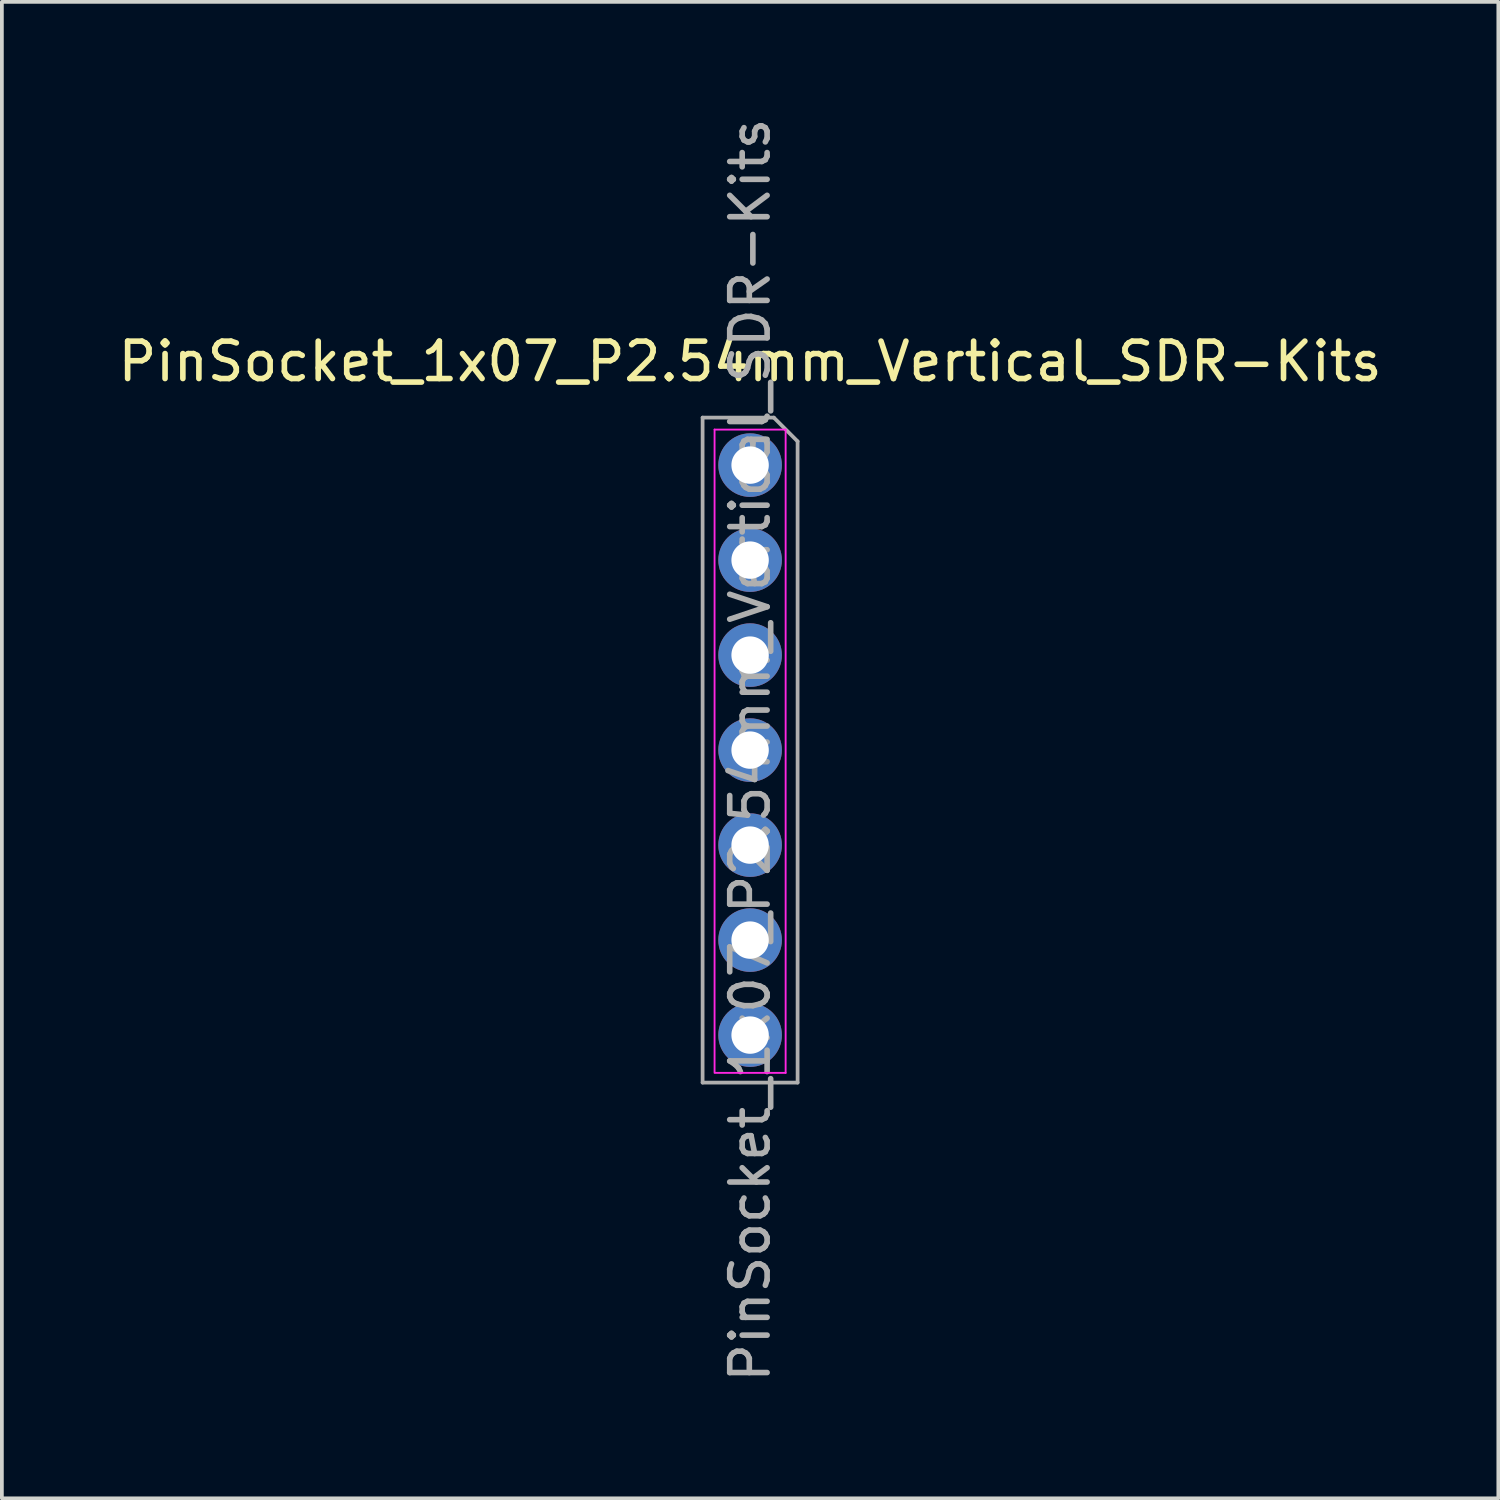
<source format=kicad_pcb>
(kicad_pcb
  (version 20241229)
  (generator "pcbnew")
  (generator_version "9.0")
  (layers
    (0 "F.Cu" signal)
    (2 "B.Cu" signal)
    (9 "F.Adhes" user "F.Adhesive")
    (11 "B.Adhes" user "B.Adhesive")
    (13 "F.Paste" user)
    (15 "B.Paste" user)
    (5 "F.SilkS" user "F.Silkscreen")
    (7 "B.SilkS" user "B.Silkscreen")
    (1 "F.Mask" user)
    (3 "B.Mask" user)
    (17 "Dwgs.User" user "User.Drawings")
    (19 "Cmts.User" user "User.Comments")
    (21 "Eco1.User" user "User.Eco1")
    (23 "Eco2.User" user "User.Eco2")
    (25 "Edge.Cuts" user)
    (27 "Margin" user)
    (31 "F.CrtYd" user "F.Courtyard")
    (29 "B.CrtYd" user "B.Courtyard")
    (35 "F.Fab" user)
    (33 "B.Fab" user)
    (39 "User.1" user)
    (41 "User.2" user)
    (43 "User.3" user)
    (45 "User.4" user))
  (footprint "PinSocket_1x07_P2.54mm_Vertical_SDR-Kits"
    (layer "F.Cu")
    (at 17.006 9.386)
    (property "Reference" "PinSocket_1x07_P2.54mm_Vertical_SDR-Kits" (at 0 -2.77 0) (layer "F.SilkS") (effects (font (size 1 1) (thickness 0.15))))
    (attr through_hole)
    (fp_line (start -0.95 -0.95) (end 0.95 -0.95) (stroke (width 0.05) (type solid)) (layer "F.CrtYd"))
    (fp_line (start -0.95 16.25) (end -0.95 -0.95) (stroke (width 0.05) (type solid)) (layer "F.CrtYd"))
    (fp_line (start 0.95 -0.95) (end 0.95 16.25) (stroke (width 0.05) (type solid)) (layer "F.CrtYd"))
    (fp_line (start 0.95 16.25) (end -0.925 16.25) (stroke (width 0.05) (type solid)) (layer "F.CrtYd"))
    (fp_line (start -1.27 -1.27) (end 0.635 -1.27) (stroke (width 0.1) (type solid)) (layer "F.Fab"))
    (fp_line (start -1.27 16.51) (end -1.27 -1.27) (stroke (width 0.1) (type solid)) (layer "F.Fab"))
    (fp_line (start 0.635 -1.27) (end 1.27 -0.635) (stroke (width 0.1) (type solid)) (layer "F.Fab"))
    (fp_line (start 1.27 -0.635) (end 1.27 16.51) (stroke (width 0.1) (type solid)) (layer "F.Fab"))
    (fp_line (start 1.27 16.51) (end -1.27 16.51) (stroke (width 0.1) (type solid)) (layer "F.Fab"))
    (fp_text user "${REFERENCE}" (at 0 7.62 270) (layer "F.Fab") (effects (font (size 1 1) (thickness 0.15))))
    (pad "1" thru_hole circle (at 0 0) (size 1.7 1.7) (drill 1) (layers "*.Cu" "*.Mask"))
    (pad "2" thru_hole oval (at 0 2.54) (size 1.7 1.7) (drill 1) (layers "*.Cu" "*.Mask"))
    (pad "3" thru_hole oval (at 0 5.08) (size 1.7 1.7) (drill 1) (layers "*.Cu" "*.Mask"))
    (pad "4" thru_hole oval (at 0 7.62) (size 1.7 1.7) (drill 1) (layers "*.Cu" "*.Mask"))
    (pad "5" thru_hole oval (at 0 10.16) (size 1.7 1.7) (drill 1) (layers "*.Cu" "*.Mask"))
    (pad "6" thru_hole oval (at 0 12.7) (size 1.7 1.7) (drill 1) (layers "*.Cu" "*.Mask"))
    (pad "7" thru_hole oval (at 0 15.24) (size 1.7 1.7) (drill 1) (layers "*.Cu" "*.Mask")))
  (gr_rect
    (start -3 -3)
    (end 37.012 37.012)
    (stroke (width 0.1) (type default))
    (fill no)
    (layer "Edge.Cuts")))
</source>
